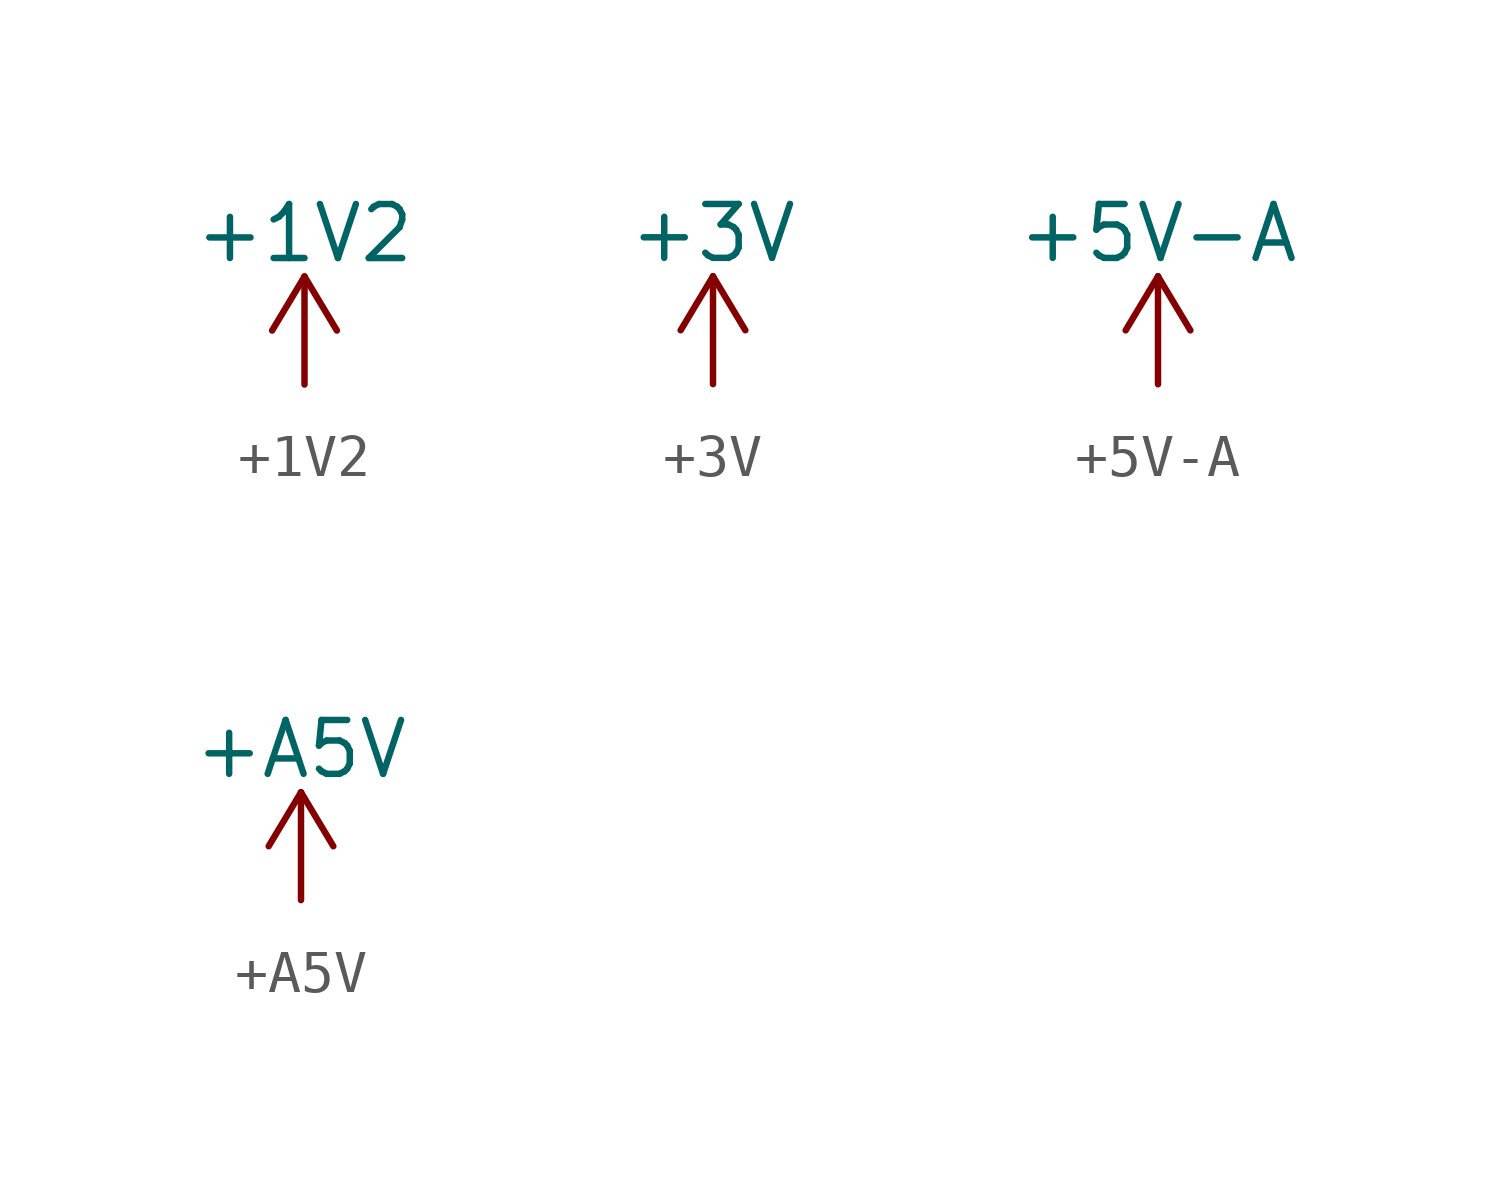
<source format=kicad_sym>
(kicad_symbol_lib
  (version 20200908)
  (generator kicad_symbol_editor)
  (symbol "nets:+1V2"
    (power)
    (pin_names
      (offset 0))
    (property "Reference" "#PWR"
      (at 0 -3.81 0)
      (effects (font (size 1.27 1.27)) hide))
    (property "Value" "+1V2"
      (at 0 3.556 0)
      (effects (font (size 1.27 1.27))))
    (symbol "+1V2_0_1"
      (polyline (pts (xy -0.762 1.27) (xy 0 2.54)) (stroke (width 0)) (fill (type none)))
      (polyline (pts (xy 0 0) (xy 0 2.54)) (stroke (width 0)) (fill (type none)))
      (polyline (pts (xy 0 2.54) (xy 0.762 1.27)) (stroke (width 0)) (fill (type none))))
    (symbol "+1V2_1_1"
      (pin power_in line (at 0 0 90) (length 0) hide (name "+1V2" (effects (font (size 1.27 1.27)))) (number "1" (effects (font (size 1.27 1.27)))))))
  (symbol "nets:+3V"
    (power)
    (pin_names
      (offset 0))
    (property "Reference" "#PWR"
      (at 0 -3.81 0)
      (effects (font (size 1.27 1.27)) hide))
    (property "Value" "+3V"
      (at 0 3.556 0)
      (effects (font (size 1.27 1.27))))
    (symbol "+3V_0_1"
      (polyline (pts (xy -0.762 1.27) (xy 0 2.54)) (stroke (width 0)) (fill (type none)))
      (polyline (pts (xy 0 0) (xy 0 2.54)) (stroke (width 0)) (fill (type none)))
      (polyline (pts (xy 0 2.54) (xy 0.762 1.27)) (stroke (width 0)) (fill (type none))))
    (symbol "+3V_1_1"
      (pin power_in line (at 0 0 90) (length 0) hide (name "+3V" (effects (font (size 1.27 1.27)))) (number "1" (effects (font (size 1.27 1.27)))))))
  (symbol "nets:+5V-A"
    (power)
    (pin_names
      (offset 0))
    (property "Reference" "#PWR"
      (at 0 -3.81 0)
      (effects (font (size 1.27 1.27)) hide))
    (property "Value" "+5V-A"
      (at 0 3.556 0)
      (effects (font (size 1.27 1.27))))
    (symbol "+5V-A_0_1"
      (polyline (pts (xy -0.762 1.27) (xy 0 2.54)) (stroke (width 0)) (fill (type none)))
      (polyline (pts (xy 0 0) (xy 0 2.54)) (stroke (width 0)) (fill (type none)))
      (polyline (pts (xy 0 2.54) (xy 0.762 1.27)) (stroke (width 0)) (fill (type none))))
    (symbol "+5V-A_1_1"
      (pin power_in line (at 0 0 90) (length 0) hide (name "+5V-A" (effects (font (size 1.27 1.27)))) (number "1" (effects (font (size 1.27 1.27)))))))
  (symbol "nets:+A5V"
    (power)
    (pin_names
      (offset 0))
    (property "Reference" "#PWR"
      (at 0 -3.81 0)
      (effects (font (size 1.27 1.27)) hide))
    (property "Value" "+A5V"
      (at 0 3.556 0)
      (effects (font (size 1.27 1.27))))
    (symbol "+A5V_0_1"
      (polyline (pts (xy -0.762 1.27) (xy 0 2.54)) (stroke (width 0)) (fill (type none)))
      (polyline (pts (xy 0 0) (xy 0 2.54)) (stroke (width 0)) (fill (type none)))
      (polyline (pts (xy 0 2.54) (xy 0.762 1.27)) (stroke (width 0)) (fill (type none))))
    (symbol "+A5V_1_1"
      (pin power_in line (at 0 0 90) (length 0) hide (name "+5V" (effects (font (size 1.27 1.27)))) (number "1" (effects (font (size 1.27 1.27))))))))
</source>
